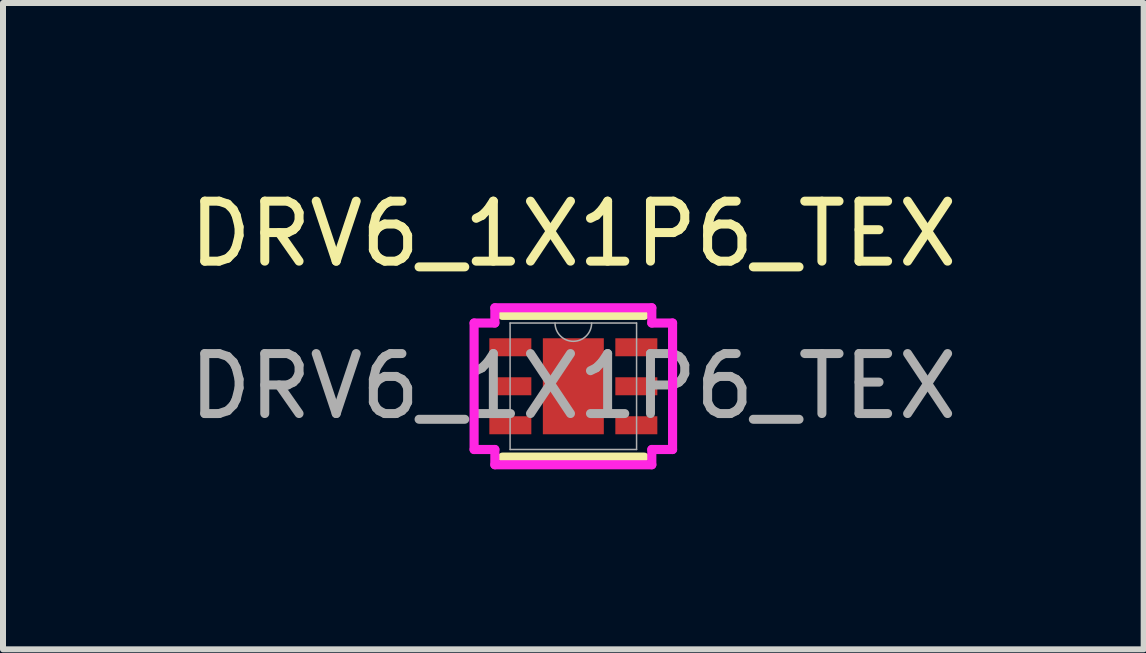
<source format=kicad_pcb>
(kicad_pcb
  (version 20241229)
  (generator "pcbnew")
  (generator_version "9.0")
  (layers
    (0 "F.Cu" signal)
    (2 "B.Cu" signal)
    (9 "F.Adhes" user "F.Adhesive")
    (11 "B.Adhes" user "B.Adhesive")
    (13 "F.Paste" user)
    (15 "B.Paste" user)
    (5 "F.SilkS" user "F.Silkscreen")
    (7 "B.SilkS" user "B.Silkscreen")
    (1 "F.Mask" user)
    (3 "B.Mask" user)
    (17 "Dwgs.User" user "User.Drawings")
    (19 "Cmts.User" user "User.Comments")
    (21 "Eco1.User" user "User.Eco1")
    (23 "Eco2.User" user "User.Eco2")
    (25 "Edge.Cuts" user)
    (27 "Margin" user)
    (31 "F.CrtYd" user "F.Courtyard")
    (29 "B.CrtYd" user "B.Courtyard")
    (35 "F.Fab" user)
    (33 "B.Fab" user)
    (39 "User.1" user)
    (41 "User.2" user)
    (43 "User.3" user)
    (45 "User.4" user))
  (footprint "DRV6_1X1P6_TEX"
    (layer "F.Cu")
    (at 6.506 3.388)
    (property "Reference" "DRV6_1X1P6_TEX" (at 0 -2.54 0) (unlocked yes) (layer "F.SilkS") (effects (font (size 1 1) (thickness 0.15))))
    (attr smd)
    (fp_poly (pts (xy -0.572 -0.864) (xy -0.2 -0.864) (xy -0.2 0.864) (xy -0.572 0.864)) (stroke (width 0) (type solid)) (fill yes) (layer "F.Mask"))
    (fp_poly (pts (xy -0.572 -0.864) (xy 0.572 -0.864) (xy 0.572 -0.594) (xy -0.572 -0.594)) (stroke (width 0) (type solid)) (fill yes) (layer "F.Mask"))
    (fp_poly (pts (xy -0.572 -0.194) (xy 0.572 -0.194) (xy 0.572 0.194) (xy -0.572 0.194)) (stroke (width 0) (type solid)) (fill yes) (layer "F.Mask"))
    (fp_poly (pts (xy -0.572 0.594) (xy 0.572 0.594) (xy 0.572 0.864) (xy -0.572 0.864)) (stroke (width 0) (type solid)) (fill yes) (layer "F.Mask"))
    (fp_poly (pts (xy 0.2 -0.864) (xy 0.572 -0.864) (xy 0.572 0.864) (xy 0.2 0.864)) (stroke (width 0) (type solid)) (fill yes) (layer "F.Mask"))
    (fp_line (start -1.181 1.181) (end 1.181 1.181) (stroke (width 0.152) (type solid)) (layer "F.SilkS"))
    (fp_line (start 1.181 -1.181) (end -1.181 -1.181) (stroke (width 0.152) (type solid)) (layer "F.SilkS"))
    (fp_poly (pts (xy -0.433 -0.725) (xy -0.433 -0.494) (xy -0.241 -0.494) (xy -0.1 -0.635) (xy -0.1 -0.725)) (stroke (width 0) (type solid)) (fill yes) (layer "F.Paste"))
    (fp_poly (pts (xy -0.433 0.494) (xy -0.433 0.725) (xy -0.1 0.725) (xy -0.1 0.635) (xy -0.241 0.494)) (stroke (width 0) (type solid)) (fill yes) (layer "F.Paste"))
    (fp_poly (pts (xy 0.1 -0.725) (xy 0.1 -0.635) (xy 0.241 -0.494) (xy 0.433 -0.494) (xy 0.433 -0.725)) (stroke (width 0) (type solid)) (fill yes) (layer "F.Paste"))
    (fp_poly (pts (xy 0.241 0.494) (xy 0.1 0.635) (xy 0.1 0.725) (xy 0.433 0.725) (xy 0.433 0.494)) (stroke (width 0) (type solid)) (fill yes) (layer "F.Paste"))
    (fp_poly (pts (xy -0.433 -0.294) (xy -0.433 0.294) (xy -0.241 0.294) (xy -0.1 0.152) (xy -0.1 -0.152) (xy -0.241 -0.294)) (stroke (width 0) (type solid)) (fill yes) (layer "F.Paste"))
    (fp_poly (pts (xy 0.241 -0.294) (xy 0.1 -0.152) (xy 0.1 0.152) (xy 0.241 0.294) (xy 0.433 0.294) (xy 0.433 -0.294)) (stroke (width 0) (type solid)) (fill yes) (layer "F.Paste"))
    (fp_circle (center 0 -0.394) (end 0.127 -0.394) (stroke (width 0.025) (type solid)) (fill no) (layer "Eco1.User"))
    (fp_circle (center 0 0.394) (end 0.127 0.394) (stroke (width 0.025) (type solid)) (fill no) (layer "Eco1.User"))
    (fp_line (start -1.654 -1.054) (end -1.308 -1.054) (stroke (width 0.152) (type solid)) (layer "F.CrtYd"))
    (fp_line (start -1.654 1.054) (end -1.654 -1.054) (stroke (width 0.152) (type solid)) (layer "F.CrtYd"))
    (fp_line (start -1.654 1.054) (end -1.308 1.054) (stroke (width 0.152) (type solid)) (layer "F.CrtYd"))
    (fp_line (start -1.308 -1.308) (end 1.308 -1.308) (stroke (width 0.152) (type solid)) (layer "F.CrtYd"))
    (fp_line (start -1.308 -1.054) (end -1.308 -1.308) (stroke (width 0.152) (type solid)) (layer "F.CrtYd"))
    (fp_line (start -1.308 1.308) (end -1.308 1.054) (stroke (width 0.152) (type solid)) (layer "F.CrtYd"))
    (fp_line (start 1.308 -1.308) (end 1.308 -1.054) (stroke (width 0.152) (type solid)) (layer "F.CrtYd"))
    (fp_line (start 1.308 1.054) (end 1.308 1.308) (stroke (width 0.152) (type solid)) (layer "F.CrtYd"))
    (fp_line (start 1.308 1.308) (end -1.308 1.308) (stroke (width 0.152) (type solid)) (layer "F.CrtYd"))
    (fp_line (start 1.654 -1.054) (end 1.308 -1.054) (stroke (width 0.152) (type solid)) (layer "F.CrtYd"))
    (fp_line (start 1.654 -1.054) (end 1.654 1.054) (stroke (width 0.152) (type solid)) (layer "F.CrtYd"))
    (fp_line (start 1.654 1.054) (end 1.308 1.054) (stroke (width 0.152) (type solid)) (layer "F.CrtYd"))
    (fp_line (start -1.054 -1.054) (end -1.054 1.054) (stroke (width 0.025) (type solid)) (layer "F.Fab"))
    (fp_line (start -1.054 1.054) (end 1.054 1.054) (stroke (width 0.025) (type solid)) (layer "F.Fab"))
    (fp_line (start 1.054 -1.054) (end -1.054 -1.054) (stroke (width 0.025) (type solid)) (layer "F.Fab"))
    (fp_line (start 1.054 1.054) (end 1.054 -1.054) (stroke (width 0.025) (type solid)) (layer "F.Fab"))
    (fp_arc (start 0.3048 -1.0541) (mid 0 -0.7493) (end -0.3048 -1.0541) (stroke (width 0.0254) (type solid)) (layer "F.Fab"))
    (fp_text user "${REFERENCE}" (at 0 0 0) (unlocked yes) (layer "F.Fab") (effects (font (size 1 1) (thickness 0.15))))
    (pad "1" smd rect (at -1.05 -0.65) (size 0.7 0.3) (layers "F.Cu" "F.Mask" "F.Paste"))
    (pad "2" smd rect (at -1.05 0) (size 0.7 0.3) (layers "F.Cu" "F.Mask" "F.Paste"))
    (pad "3" smd rect (at -1.05 0.65) (size 0.7 0.3) (layers "F.Cu" "F.Mask" "F.Paste"))
    (pad "4" smd rect (at 1.05 0.65) (size 0.7 0.3) (layers "F.Cu" "F.Mask" "F.Paste"))
    (pad "5" smd rect (at 1.05 0) (size 0.7 0.3) (layers "F.Cu" "F.Mask" "F.Paste"))
    (pad "6" smd rect (at 1.05 -0.65) (size 0.7 0.3) (layers "F.Cu" "F.Mask" "F.Paste"))
    (pad "7" smd rect (at 0 0) (size 1.016 1.6) (layers "F.Cu")))
  (gr_rect
    (start -3 -3)
    (end 16.012 7.773)
    (stroke (width 0.1) (type default))
    (fill no)
    (layer "Edge.Cuts")))
</source>
